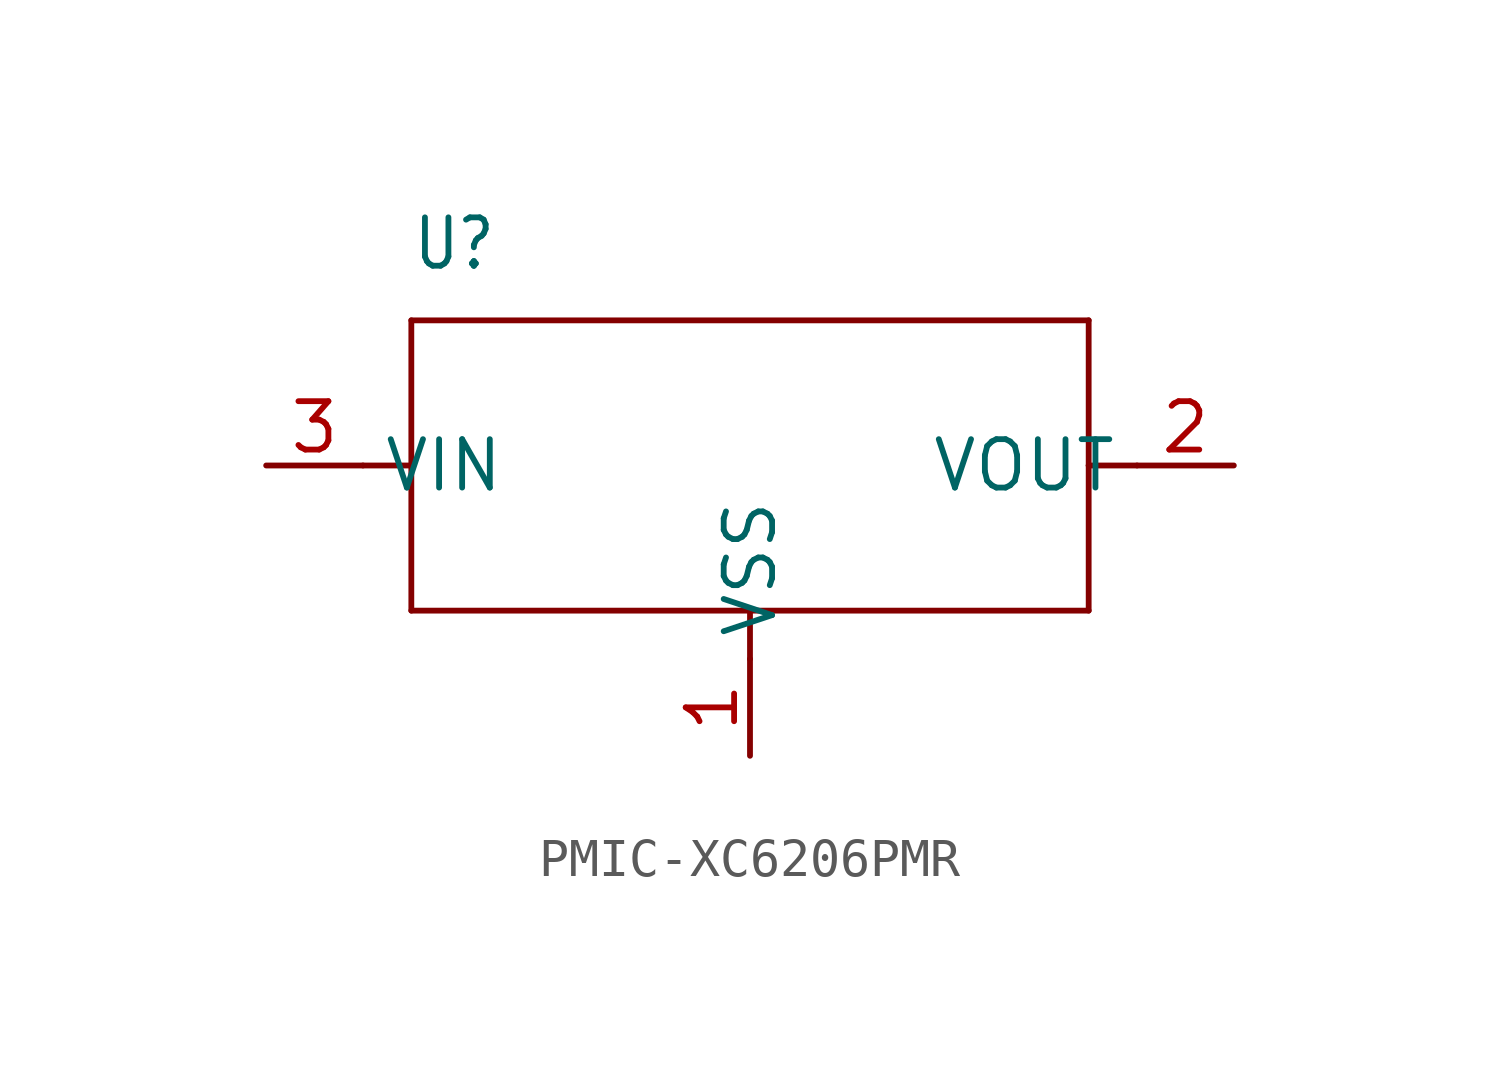
<source format=kicad_sym>
(kicad_symbol_lib
  (version 20220914)
  (generator kicad_symbol_editor)
  (symbol "PMIC-XC6206PMR"
    (property "Reference" "U"
      (at -8.89 5.08 0)
      (effects (font (size 1.27 1.079)) (justify left bottom)))
    (property "Value" ""
      (at -1.27 5.08 0)
      (effects (font (size 1.27 1.079)) (justify left bottom)))
    (property "ki_locked" ""
      (at 0 0 0)
      (effects (font (size 1.27 1.27))))
    (symbol "PMIC-XC6206PMR_1_0"
      (polyline (pts (xy -10.16 0) (xy -8.89 0)) (stroke (width 0.152) (type solid)) (fill (type none)))
      (polyline (pts (xy -8.89 -3.81) (xy -8.89 0)) (stroke (width 0.152) (type solid)) (fill (type none)))
      (polyline (pts (xy -8.89 0) (xy -8.89 3.81)) (stroke (width 0.152) (type solid)) (fill (type none)))
      (polyline (pts (xy -8.89 3.81) (xy 8.89 3.81)) (stroke (width 0.152) (type solid)) (fill (type none)))
      (polyline (pts (xy 0 -5.08) (xy 0 -3.81)) (stroke (width 0.152) (type solid)) (fill (type none)))
      (polyline (pts (xy 0 -3.81) (xy -8.89 -3.81)) (stroke (width 0.152) (type solid)) (fill (type none)))
      (polyline (pts (xy 8.89 -3.81) (xy 0 -3.81)) (stroke (width 0.152) (type solid)) (fill (type none)))
      (polyline (pts (xy 8.89 0) (xy 8.89 -3.81)) (stroke (width 0.152) (type solid)) (fill (type none)))
      (polyline (pts (xy 8.89 3.81) (xy 8.89 0)) (stroke (width 0.152) (type solid)) (fill (type none)))
      (polyline (pts (xy 10.16 0) (xy 8.89 0)) (stroke (width 0.152) (type solid)) (fill (type none)))
      (pin bidirectional line (at 0 -7.62 90) (length 2.54) (name "VSS" (effects (font (size 1.27 1.27)))) (number "1" (effects (font (size 1.27 1.27)))))
      (pin bidirectional line (at 12.7 0 180) (length 2.54) (name "VOUT" (effects (font (size 1.27 1.27)))) (number "2" (effects (font (size 1.27 1.27)))))
      (pin bidirectional line (at -12.7 0 0) (length 2.54) (name "VIN" (effects (font (size 1.27 1.27)))) (number "3" (effects (font (size 1.27 1.27))))))))
</source>
